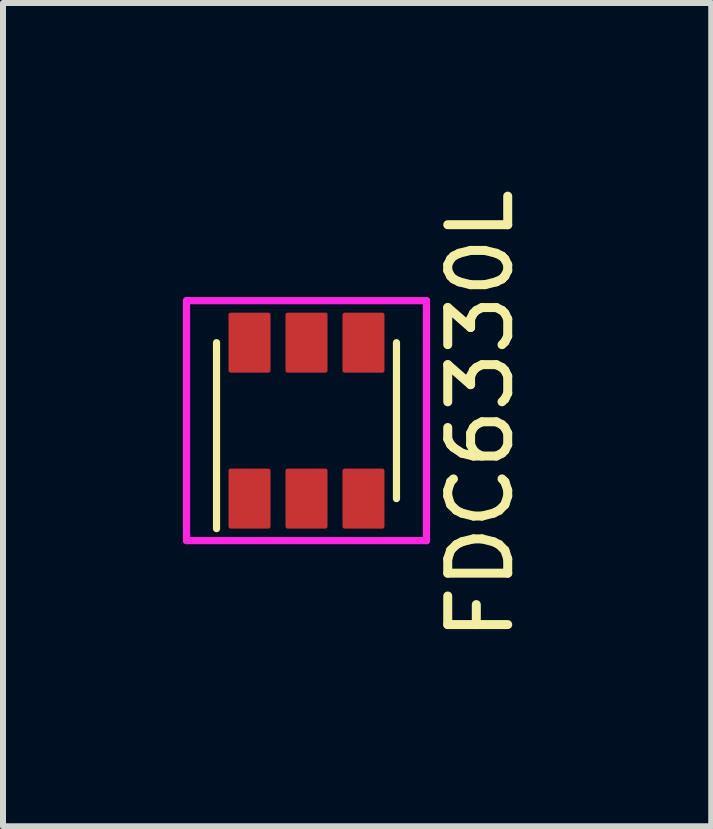
<source format=kicad_pcb>
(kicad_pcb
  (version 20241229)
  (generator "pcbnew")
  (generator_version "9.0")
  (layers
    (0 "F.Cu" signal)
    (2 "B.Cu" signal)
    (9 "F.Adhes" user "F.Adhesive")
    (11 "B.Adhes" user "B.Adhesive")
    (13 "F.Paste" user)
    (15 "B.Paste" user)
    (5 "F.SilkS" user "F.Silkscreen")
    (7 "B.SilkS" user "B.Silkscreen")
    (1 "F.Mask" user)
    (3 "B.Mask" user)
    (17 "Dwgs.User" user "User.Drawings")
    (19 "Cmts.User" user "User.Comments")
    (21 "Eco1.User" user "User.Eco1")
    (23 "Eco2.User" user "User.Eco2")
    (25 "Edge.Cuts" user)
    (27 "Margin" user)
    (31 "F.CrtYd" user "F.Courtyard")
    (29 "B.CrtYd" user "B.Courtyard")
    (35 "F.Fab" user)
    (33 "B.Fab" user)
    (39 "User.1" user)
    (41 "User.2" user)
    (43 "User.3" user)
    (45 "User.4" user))
  (footprint "FDC6330L"
    (layer "F.Cu")
    (at 2.06 3.963)
    (property "Reference" "FDC6330L" (at 2.9 -0.1 90) (layer "F.SilkS") (effects (font (size 1 1) (thickness 0.15))))
    (attr through_hole)
    (fp_line (start -1.5 -1.3) (end -1.5 1.8) (stroke (width 0.12) (type solid)) (layer "F.SilkS"))
    (fp_line (start 1.5 -1.3) (end 1.5 1.3) (stroke (width 0.12) (type solid)) (layer "F.SilkS"))
    (fp_line (start -2 -2) (end 2 -2) (stroke (width 0.12) (type solid)) (layer "F.CrtYd"))
    (fp_line (start -2 2) (end -2 -2) (stroke (width 0.12) (type solid)) (layer "F.CrtYd"))
    (fp_line (start 2 -2) (end 2 2) (stroke (width 0.12) (type solid)) (layer "F.CrtYd"))
    (fp_line (start 2 2) (end -2 2) (stroke (width 0.12) (type solid)) (layer "F.CrtYd"))
    (pad "1" smd roundrect (at -0.95 1.3) (size 0.7 1) (layers "F.Cu" "F.Mask" "F.Paste") (roundrect_rratio 0.05))
    (pad "2" smd roundrect (at 0 1.3) (size 0.7 1) (layers "F.Cu" "F.Mask" "F.Paste") (roundrect_rratio 0.05))
    (pad "3" smd roundrect (at 0.95 1.3) (size 0.7 1) (layers "F.Cu" "F.Mask" "F.Paste") (roundrect_rratio 0.05))
    (pad "4" smd roundrect (at 0.95 -1.3) (size 0.7 1) (layers "F.Cu" "F.Mask" "F.Paste") (roundrect_rratio 0.05))
    (pad "5" smd roundrect (at 0 -1.3) (size 0.7 1) (layers "F.Cu" "F.Mask" "F.Paste") (roundrect_rratio 0.05))
    (pad "6" smd roundrect (at -0.95 -1.3) (size 0.7 1) (layers "F.Cu" "F.Mask" "F.Paste") (roundrect_rratio 0.05)))
  (gr_rect
    (start -3 -3)
    (end 8.808 10.726)
    (stroke (width 0.1) (type default))
    (fill no)
    (layer "Edge.Cuts")))
</source>
